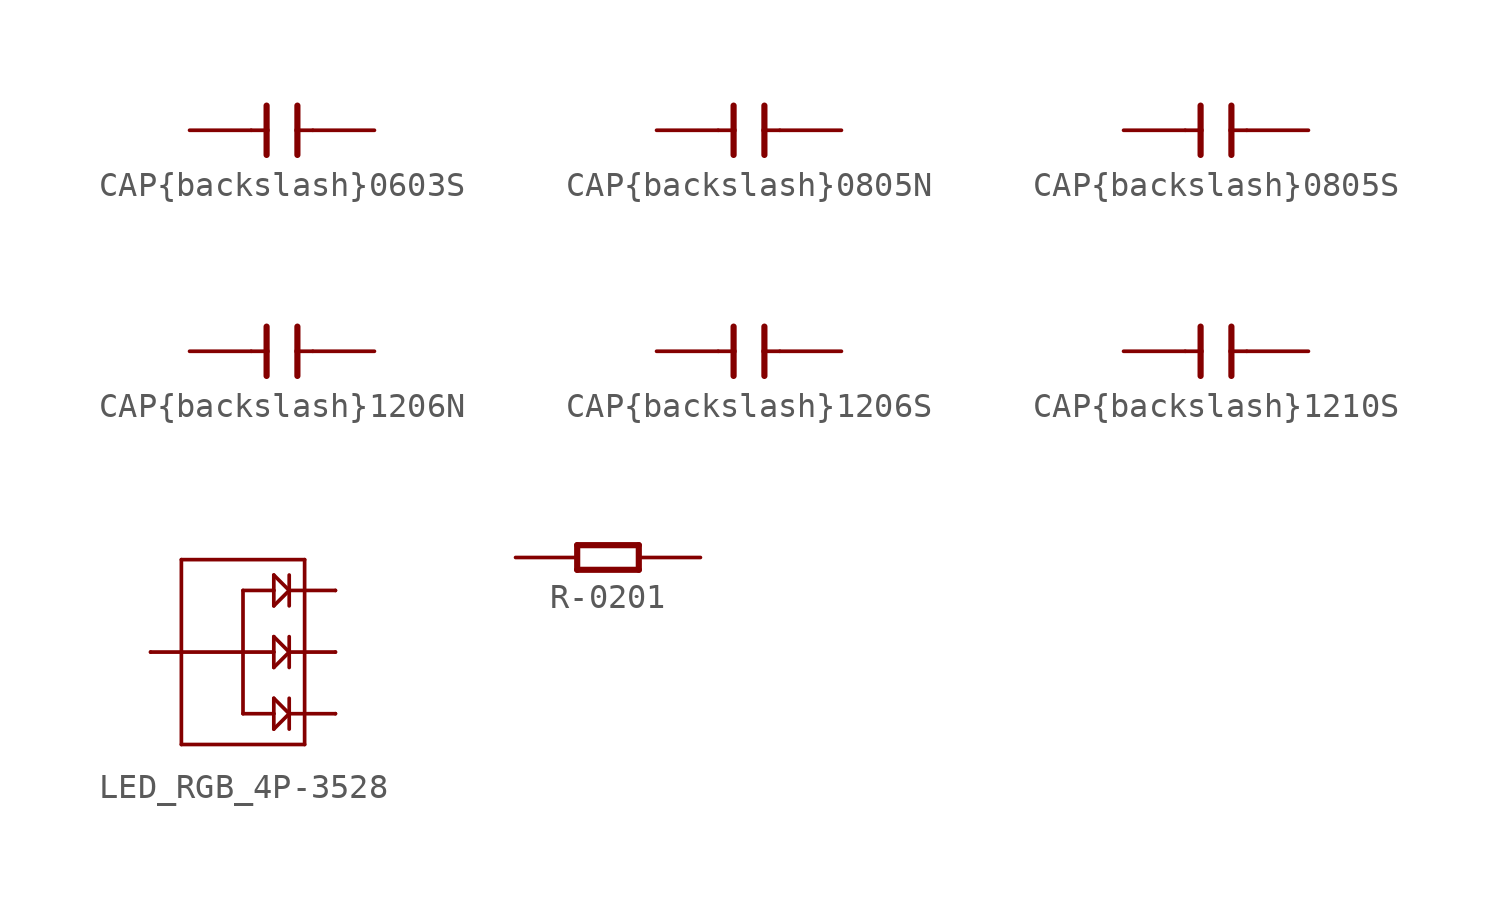
<source format=kicad_sym>
(kicad_symbol_lib
  (version 20220914)
  (generator kicad_symbol_editor)
  (symbol "CAP{backslash}0603S"
    (property "Reference" "C"
      (at -3.81 0.635 0)
      (effects (font (size 0.889 0.756)) (justify left bottom) hide))
    (property "ki_locked" ""
      (at 0 0 0)
      (effects (font (size 1.27 1.27))))
    (symbol "CAP{backslash}0603S_1_0"
      (polyline (pts (xy -1.27 0) (xy -0.635 0)) (stroke (width 0.152) (type solid)) (fill (type none)))
      (polyline (pts (xy -0.635 -1.016) (xy -0.635 0)) (stroke (width 0.254) (type solid)) (fill (type none)))
      (polyline (pts (xy -0.635 0) (xy -0.635 1.016)) (stroke (width 0.254) (type solid)) (fill (type none)))
      (polyline (pts (xy 0.635 0) (xy 0.635 -1.016)) (stroke (width 0.254) (type solid)) (fill (type none)))
      (polyline (pts (xy 0.635 0) (xy 1.27 0)) (stroke (width 0.152) (type solid)) (fill (type none)))
      (polyline (pts (xy 0.635 1.016) (xy 0.635 0)) (stroke (width 0.254) (type solid)) (fill (type none)))
      (pin passive line (at -3.81 0 0) (length 2.54) (name "1" (effects (font (size 0 0)))) (number "1" (effects (font (size 0 0)))))
      (pin passive line (at 3.81 0 180) (length 2.54) (name "2" (effects (font (size 0 0)))) (number "2" (effects (font (size 0 0)))))))
  (symbol "CAP{backslash}0805N"
    (property "Reference" "C"
      (at -3.81 0.635 0)
      (effects (font (size 0.889 0.756)) (justify left bottom) hide))
    (property "ki_locked" ""
      (at 0 0 0)
      (effects (font (size 1.27 1.27))))
    (symbol "CAP{backslash}0805N_1_0"
      (polyline (pts (xy -1.27 0) (xy -0.635 0)) (stroke (width 0.152) (type solid)) (fill (type none)))
      (polyline (pts (xy -0.635 -1.016) (xy -0.635 0)) (stroke (width 0.254) (type solid)) (fill (type none)))
      (polyline (pts (xy -0.635 0) (xy -0.635 1.016)) (stroke (width 0.254) (type solid)) (fill (type none)))
      (polyline (pts (xy 0.635 0) (xy 0.635 -1.016)) (stroke (width 0.254) (type solid)) (fill (type none)))
      (polyline (pts (xy 0.635 0) (xy 1.27 0)) (stroke (width 0.152) (type solid)) (fill (type none)))
      (polyline (pts (xy 0.635 1.016) (xy 0.635 0)) (stroke (width 0.254) (type solid)) (fill (type none)))
      (pin passive line (at -3.81 0 0) (length 2.54) (name "1" (effects (font (size 0 0)))) (number "1" (effects (font (size 0 0)))))
      (pin passive line (at 3.81 0 180) (length 2.54) (name "2" (effects (font (size 0 0)))) (number "2" (effects (font (size 0 0)))))))
  (symbol "CAP{backslash}0805S"
    (property "Reference" "C"
      (at -3.81 0.635 0)
      (effects (font (size 0.889 0.756)) (justify left bottom) hide))
    (property "ki_locked" ""
      (at 0 0 0)
      (effects (font (size 1.27 1.27))))
    (symbol "CAP{backslash}0805S_1_0"
      (polyline (pts (xy -1.27 0) (xy -0.635 0)) (stroke (width 0.152) (type solid)) (fill (type none)))
      (polyline (pts (xy -0.635 -1.016) (xy -0.635 0)) (stroke (width 0.254) (type solid)) (fill (type none)))
      (polyline (pts (xy -0.635 0) (xy -0.635 1.016)) (stroke (width 0.254) (type solid)) (fill (type none)))
      (polyline (pts (xy 0.635 0) (xy 0.635 -1.016)) (stroke (width 0.254) (type solid)) (fill (type none)))
      (polyline (pts (xy 0.635 0) (xy 1.27 0)) (stroke (width 0.152) (type solid)) (fill (type none)))
      (polyline (pts (xy 0.635 1.016) (xy 0.635 0)) (stroke (width 0.254) (type solid)) (fill (type none)))
      (pin passive line (at -3.81 0 0) (length 2.54) (name "1" (effects (font (size 0 0)))) (number "1" (effects (font (size 0 0)))))
      (pin passive line (at 3.81 0 180) (length 2.54) (name "2" (effects (font (size 0 0)))) (number "2" (effects (font (size 0 0)))))))
  (symbol "CAP{backslash}1206N"
    (property "Reference" "C"
      (at -3.81 0.635 0)
      (effects (font (size 0.889 0.756)) (justify left bottom) hide))
    (property "ki_locked" ""
      (at 0 0 0)
      (effects (font (size 1.27 1.27))))
    (symbol "CAP{backslash}1206N_1_0"
      (polyline (pts (xy -1.27 0) (xy -0.635 0)) (stroke (width 0.152) (type solid)) (fill (type none)))
      (polyline (pts (xy -0.635 -1.016) (xy -0.635 0)) (stroke (width 0.254) (type solid)) (fill (type none)))
      (polyline (pts (xy -0.635 0) (xy -0.635 1.016)) (stroke (width 0.254) (type solid)) (fill (type none)))
      (polyline (pts (xy 0.635 0) (xy 0.635 -1.016)) (stroke (width 0.254) (type solid)) (fill (type none)))
      (polyline (pts (xy 0.635 0) (xy 1.27 0)) (stroke (width 0.152) (type solid)) (fill (type none)))
      (polyline (pts (xy 0.635 1.016) (xy 0.635 0)) (stroke (width 0.254) (type solid)) (fill (type none)))
      (pin passive line (at -3.81 0 0) (length 2.54) (name "1" (effects (font (size 0 0)))) (number "1" (effects (font (size 0 0)))))
      (pin passive line (at 3.81 0 180) (length 2.54) (name "2" (effects (font (size 0 0)))) (number "2" (effects (font (size 0 0)))))))
  (symbol "CAP{backslash}1206S"
    (property "Reference" "C"
      (at -3.81 0.635 0)
      (effects (font (size 0.889 0.756)) (justify left bottom) hide))
    (property "ki_locked" ""
      (at 0 0 0)
      (effects (font (size 1.27 1.27))))
    (symbol "CAP{backslash}1206S_1_0"
      (polyline (pts (xy -1.27 0) (xy -0.635 0)) (stroke (width 0.152) (type solid)) (fill (type none)))
      (polyline (pts (xy -0.635 -1.016) (xy -0.635 0)) (stroke (width 0.254) (type solid)) (fill (type none)))
      (polyline (pts (xy -0.635 0) (xy -0.635 1.016)) (stroke (width 0.254) (type solid)) (fill (type none)))
      (polyline (pts (xy 0.635 0) (xy 0.635 -1.016)) (stroke (width 0.254) (type solid)) (fill (type none)))
      (polyline (pts (xy 0.635 0) (xy 1.27 0)) (stroke (width 0.152) (type solid)) (fill (type none)))
      (polyline (pts (xy 0.635 1.016) (xy 0.635 0)) (stroke (width 0.254) (type solid)) (fill (type none)))
      (pin passive line (at -3.81 0 0) (length 2.54) (name "1" (effects (font (size 0 0)))) (number "1" (effects (font (size 0 0)))))
      (pin passive line (at 3.81 0 180) (length 2.54) (name "2" (effects (font (size 0 0)))) (number "2" (effects (font (size 0 0)))))))
  (symbol "CAP{backslash}1210S"
    (property "Reference" "C"
      (at -3.81 0.635 0)
      (effects (font (size 0.889 0.756)) (justify left bottom) hide))
    (property "ki_locked" ""
      (at 0 0 0)
      (effects (font (size 1.27 1.27))))
    (symbol "CAP{backslash}1210S_1_0"
      (polyline (pts (xy -1.27 0) (xy -0.635 0)) (stroke (width 0.152) (type solid)) (fill (type none)))
      (polyline (pts (xy -0.635 -1.016) (xy -0.635 0)) (stroke (width 0.254) (type solid)) (fill (type none)))
      (polyline (pts (xy -0.635 0) (xy -0.635 1.016)) (stroke (width 0.254) (type solid)) (fill (type none)))
      (polyline (pts (xy 0.635 0) (xy 0.635 -1.016)) (stroke (width 0.254) (type solid)) (fill (type none)))
      (polyline (pts (xy 0.635 0) (xy 1.27 0)) (stroke (width 0.152) (type solid)) (fill (type none)))
      (polyline (pts (xy 0.635 1.016) (xy 0.635 0)) (stroke (width 0.254) (type solid)) (fill (type none)))
      (pin passive line (at -3.81 0 0) (length 2.54) (name "1" (effects (font (size 0 0)))) (number "1" (effects (font (size 0 0)))))
      (pin passive line (at 3.81 0 180) (length 2.54) (name "2" (effects (font (size 0 0)))) (number "2" (effects (font (size 0 0)))))))
  (symbol "LED_RGB_4P-3528"
    (property "Reference" "RGB"
      (at -2.54 3.81 0)
      (effects (font (size 0.889 0.756) bold) (justify left bottom) hide))
    (property "ki_locked" ""
      (at 0 0 0)
      (effects (font (size 1.27 1.27))))
    (symbol "LED_RGB_4P-3528_1_0"
      (polyline (pts (xy -3.81 0) (xy -2.54 0)) (stroke (width 0.152) (type solid)) (fill (type none)))
      (polyline (pts (xy -2.54 -3.81) (xy 2.54 -3.81)) (stroke (width 0.152) (type solid)) (fill (type none)))
      (polyline (pts (xy -2.54 0) (xy -2.54 -3.81)) (stroke (width 0.152) (type solid)) (fill (type none)))
      (polyline (pts (xy -2.54 0) (xy 0 0)) (stroke (width 0.152) (type solid)) (fill (type none)))
      (polyline (pts (xy -2.54 3.81) (xy -2.54 0)) (stroke (width 0.152) (type solid)) (fill (type none)))
      (polyline (pts (xy 0 0) (xy 0 -2.54)) (stroke (width 0.152) (type solid)) (fill (type none)))
      (polyline (pts (xy 0 0) (xy 0 2.54)) (stroke (width 0.152) (type solid)) (fill (type none)))
      (polyline (pts (xy 0 2.54) (xy 1.27 2.54)) (stroke (width 0.152) (type solid)) (fill (type none)))
      (polyline (pts (xy 1.27 -3.175) (xy 1.27 -2.54)) (stroke (width 0.152) (type solid)) (fill (type none)))
      (polyline (pts (xy 1.27 -2.54) (xy 0 -2.54)) (stroke (width 0.152) (type solid)) (fill (type none)))
      (polyline (pts (xy 1.27 -2.54) (xy 1.27 -1.905)) (stroke (width 0.152) (type solid)) (fill (type none)))
      (polyline (pts (xy 1.27 -1.905) (xy 1.905 -2.54)) (stroke (width 0.152) (type solid)) (fill (type none)))
      (polyline (pts (xy 1.27 -0.635) (xy 1.27 0)) (stroke (width 0.152) (type solid)) (fill (type none)))
      (polyline (pts (xy 1.27 0) (xy 0 0)) (stroke (width 0.152) (type solid)) (fill (type none)))
      (polyline (pts (xy 1.27 0) (xy 1.27 0.635)) (stroke (width 0.152) (type solid)) (fill (type none)))
      (polyline (pts (xy 1.27 0.635) (xy 1.905 0)) (stroke (width 0.152) (type solid)) (fill (type none)))
      (polyline (pts (xy 1.27 1.905) (xy 1.27 2.54)) (stroke (width 0.152) (type solid)) (fill (type none)))
      (polyline (pts (xy 1.27 2.54) (xy 1.27 3.175)) (stroke (width 0.152) (type solid)) (fill (type none)))
      (polyline (pts (xy 1.27 3.175) (xy 1.905 2.54)) (stroke (width 0.152) (type solid)) (fill (type none)))
      (polyline (pts (xy 1.905 -3.175) (xy 1.905 -2.54)) (stroke (width 0.152) (type solid)) (fill (type none)))
      (polyline (pts (xy 1.905 -2.54) (xy 1.27 -3.175)) (stroke (width 0.152) (type solid)) (fill (type none)))
      (polyline (pts (xy 1.905 -2.54) (xy 1.905 -1.905)) (stroke (width 0.152) (type solid)) (fill (type none)))
      (polyline (pts (xy 1.905 -2.54) (xy 2.54 -2.54)) (stroke (width 0.152) (type solid)) (fill (type none)))
      (polyline (pts (xy 1.905 -0.635) (xy 1.905 0)) (stroke (width 0.152) (type solid)) (fill (type none)))
      (polyline (pts (xy 1.905 0) (xy 1.27 -0.635)) (stroke (width 0.152) (type solid)) (fill (type none)))
      (polyline (pts (xy 1.905 0) (xy 1.905 0.635)) (stroke (width 0.152) (type solid)) (fill (type none)))
      (polyline (pts (xy 1.905 0) (xy 2.54 0)) (stroke (width 0.152) (type solid)) (fill (type none)))
      (polyline (pts (xy 1.905 1.905) (xy 1.905 2.54)) (stroke (width 0.152) (type solid)) (fill (type none)))
      (polyline (pts (xy 1.905 2.54) (xy 1.27 1.905)) (stroke (width 0.152) (type solid)) (fill (type none)))
      (polyline (pts (xy 1.905 2.54) (xy 1.905 3.175)) (stroke (width 0.152) (type solid)) (fill (type none)))
      (polyline (pts (xy 1.905 2.54) (xy 2.54 2.54)) (stroke (width 0.152) (type solid)) (fill (type none)))
      (polyline (pts (xy 2.54 -3.81) (xy 2.54 -2.54)) (stroke (width 0.152) (type solid)) (fill (type none)))
      (polyline (pts (xy 2.54 -2.54) (xy 2.54 0)) (stroke (width 0.152) (type solid)) (fill (type none)))
      (polyline (pts (xy 2.54 -2.54) (xy 3.81 -2.54)) (stroke (width 0.152) (type solid)) (fill (type none)))
      (polyline (pts (xy 2.54 0) (xy 2.54 2.54)) (stroke (width 0.152) (type solid)) (fill (type none)))
      (polyline (pts (xy 2.54 0) (xy 3.81 0)) (stroke (width 0.152) (type solid)) (fill (type none)))
      (polyline (pts (xy 2.54 2.54) (xy 2.54 3.81)) (stroke (width 0.152) (type solid)) (fill (type none)))
      (polyline (pts (xy 2.54 2.54) (xy 3.81 2.54)) (stroke (width 0.152) (type solid)) (fill (type none)))
      (polyline (pts (xy 2.54 3.81) (xy -2.54 3.81)) (stroke (width 0.152) (type solid)) (fill (type none)))
      (pin bidirectional line (at 3.81 2.54 180) (length 0) (name "R-" (effects (font (size 0 0)))) (number "1" (effects (font (size 0 0)))))
      (pin bidirectional line (at -3.81 0 0) (length 0) (name "+" (effects (font (size 0 0)))) (number "2" (effects (font (size 0 0)))))
      (pin bidirectional line (at 3.81 0 180) (length 0) (name "G-" (effects (font (size 0 0)))) (number "3" (effects (font (size 0 0)))))
      (pin bidirectional line (at 3.81 -2.54 180) (length 0) (name "B-" (effects (font (size 0 0)))) (number "4" (effects (font (size 0 0)))))))
  (symbol "R-0201"
    (property "Reference" "R"
      (at -2.54 0 0)
      (effects (font (size 0.635 0.54)) (justify left bottom) hide))
    (property "ki_locked" ""
      (at 0 0 0)
      (effects (font (size 1.27 1.27))))
    (symbol "R-0201_1_0"
      (polyline (pts (xy -1.27 -0.508) (xy -1.27 0.508)) (stroke (width 0.254) (type solid)) (fill (type none)))
      (polyline (pts (xy -1.27 0.508) (xy 1.27 0.508)) (stroke (width 0.254) (type solid)) (fill (type none)))
      (polyline (pts (xy 1.27 -0.508) (xy -1.27 -0.508)) (stroke (width 0.254) (type solid)) (fill (type none)))
      (polyline (pts (xy 1.27 0.508) (xy 1.27 -0.508)) (stroke (width 0.254) (type solid)) (fill (type none)))
      (pin passive line (at -3.81 0 0) (length 2.54) (name "1" (effects (font (size 0 0)))) (number "1" (effects (font (size 0 0)))))
      (pin passive line (at 3.81 0 180) (length 2.54) (name "2" (effects (font (size 0 0)))) (number "2" (effects (font (size 0 0))))))))
</source>
